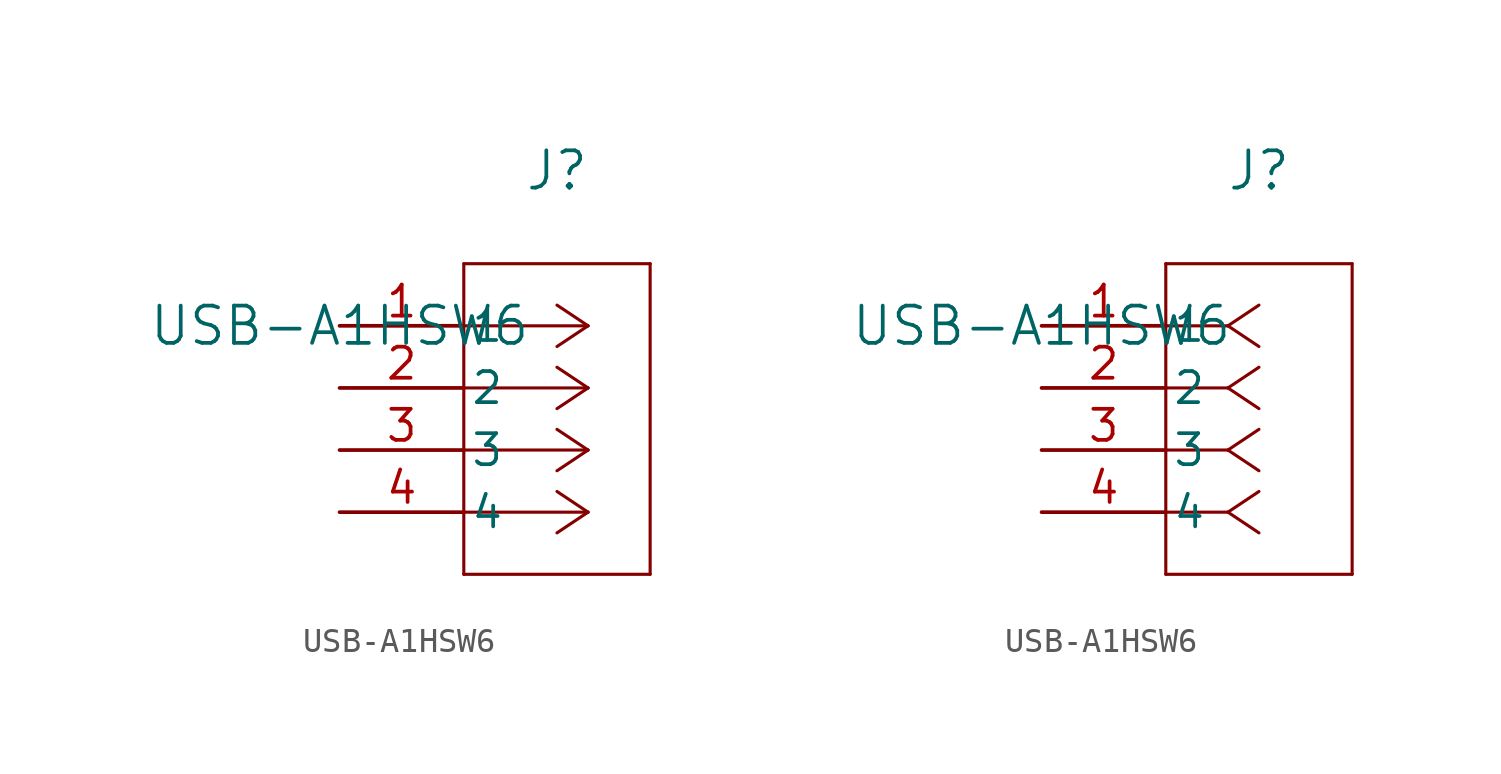
<source format=kicad_sym>
(kicad_symbol_lib
  (version 20211014)
  (generator kicad_symbol_editor)
  (symbol "USB-A1HSW6"
    (pin_names
      (offset 0.254))
    (property "Reference" "J"
      (at 8.89 6.35 0)
      (effects (font (size 1.524 1.524))))
    (property "Value" "USB-A1HSW6"
      (at 0 0 0)
      (effects (font (size 1.524 1.524))))
    (symbol "USB-A1HSW6_1_1"
      (polyline (pts (xy 10.16 0) (xy 5.08 0)) (stroke (width 0.127) (type default) (color 0 0 0 0)) (fill (type none)))
      (polyline (pts (xy 10.16 -2.54) (xy 5.08 -2.54)) (stroke (width 0.127) (type default) (color 0 0 0 0)) (fill (type none)))
      (polyline (pts (xy 10.16 -5.08) (xy 5.08 -5.08)) (stroke (width 0.127) (type default) (color 0 0 0 0)) (fill (type none)))
      (polyline (pts (xy 10.16 -7.62) (xy 5.08 -7.62)) (stroke (width 0.127) (type default) (color 0 0 0 0)) (fill (type none)))
      (polyline (pts (xy 10.16 0) (xy 8.89 0.847)) (stroke (width 0.127) (type default) (color 0 0 0 0)) (fill (type none)))
      (polyline (pts (xy 10.16 -2.54) (xy 8.89 -1.693)) (stroke (width 0.127) (type default) (color 0 0 0 0)) (fill (type none)))
      (polyline (pts (xy 10.16 -5.08) (xy 8.89 -4.233)) (stroke (width 0.127) (type default) (color 0 0 0 0)) (fill (type none)))
      (polyline (pts (xy 10.16 -7.62) (xy 8.89 -6.773)) (stroke (width 0.127) (type default) (color 0 0 0 0)) (fill (type none)))
      (polyline (pts (xy 10.16 0) (xy 8.89 -0.847)) (stroke (width 0.127) (type default) (color 0 0 0 0)) (fill (type none)))
      (polyline (pts (xy 10.16 -2.54) (xy 8.89 -3.387)) (stroke (width 0.127) (type default) (color 0 0 0 0)) (fill (type none)))
      (polyline (pts (xy 10.16 -5.08) (xy 8.89 -5.927)) (stroke (width 0.127) (type default) (color 0 0 0 0)) (fill (type none)))
      (polyline (pts (xy 10.16 -7.62) (xy 8.89 -8.467)) (stroke (width 0.127) (type default) (color 0 0 0 0)) (fill (type none)))
      (polyline (pts (xy 5.08 2.54) (xy 5.08 -10.16)) (stroke (width 0.127) (type default) (color 0 0 0 0)) (fill (type none)))
      (polyline (pts (xy 5.08 -10.16) (xy 12.7 -10.16)) (stroke (width 0.127) (type default) (color 0 0 0 0)) (fill (type none)))
      (polyline (pts (xy 12.7 -10.16) (xy 12.7 2.54)) (stroke (width 0.127) (type default) (color 0 0 0 0)) (fill (type none)))
      (polyline (pts (xy 12.7 2.54) (xy 5.08 2.54)) (stroke (width 0.127) (type default) (color 0 0 0 0)) (fill (type none)))
      (pin unspecified line (at 0 0 0) (length 5.08) (name "1" (effects (font (size 1.27 1.27)))) (number "1" (effects (font (size 1.27 1.27)))))
      (pin unspecified line (at 0 -2.54 0) (length 5.08) (name "2" (effects (font (size 1.27 1.27)))) (number "2" (effects (font (size 1.27 1.27)))))
      (pin unspecified line (at 0 -5.08 0) (length 5.08) (name "3" (effects (font (size 1.27 1.27)))) (number "3" (effects (font (size 1.27 1.27)))))
      (pin unspecified line (at 0 -7.62 0) (length 5.08) (name "4" (effects (font (size 1.27 1.27)))) (number "4" (effects (font (size 1.27 1.27))))))
    (symbol "USB-A1HSW6_1_2"
      (polyline (pts (xy 7.62 0) (xy 5.08 0)) (stroke (width 0.127) (type default) (color 0 0 0 0)) (fill (type none)))
      (polyline (pts (xy 7.62 -2.54) (xy 5.08 -2.54)) (stroke (width 0.127) (type default) (color 0 0 0 0)) (fill (type none)))
      (polyline (pts (xy 7.62 -5.08) (xy 5.08 -5.08)) (stroke (width 0.127) (type default) (color 0 0 0 0)) (fill (type none)))
      (polyline (pts (xy 7.62 -7.62) (xy 5.08 -7.62)) (stroke (width 0.127) (type default) (color 0 0 0 0)) (fill (type none)))
      (polyline (pts (xy 7.62 0) (xy 8.89 0.847)) (stroke (width 0.127) (type default) (color 0 0 0 0)) (fill (type none)))
      (polyline (pts (xy 7.62 -2.54) (xy 8.89 -1.693)) (stroke (width 0.127) (type default) (color 0 0 0 0)) (fill (type none)))
      (polyline (pts (xy 7.62 -5.08) (xy 8.89 -4.233)) (stroke (width 0.127) (type default) (color 0 0 0 0)) (fill (type none)))
      (polyline (pts (xy 7.62 -7.62) (xy 8.89 -6.773)) (stroke (width 0.127) (type default) (color 0 0 0 0)) (fill (type none)))
      (polyline (pts (xy 7.62 0) (xy 8.89 -0.847)) (stroke (width 0.127) (type default) (color 0 0 0 0)) (fill (type none)))
      (polyline (pts (xy 7.62 -2.54) (xy 8.89 -3.387)) (stroke (width 0.127) (type default) (color 0 0 0 0)) (fill (type none)))
      (polyline (pts (xy 7.62 -5.08) (xy 8.89 -5.927)) (stroke (width 0.127) (type default) (color 0 0 0 0)) (fill (type none)))
      (polyline (pts (xy 7.62 -7.62) (xy 8.89 -8.467)) (stroke (width 0.127) (type default) (color 0 0 0 0)) (fill (type none)))
      (polyline (pts (xy 5.08 2.54) (xy 5.08 -10.16)) (stroke (width 0.127) (type default) (color 0 0 0 0)) (fill (type none)))
      (polyline (pts (xy 5.08 -10.16) (xy 12.7 -10.16)) (stroke (width 0.127) (type default) (color 0 0 0 0)) (fill (type none)))
      (polyline (pts (xy 12.7 -10.16) (xy 12.7 2.54)) (stroke (width 0.127) (type default) (color 0 0 0 0)) (fill (type none)))
      (polyline (pts (xy 12.7 2.54) (xy 5.08 2.54)) (stroke (width 0.127) (type default) (color 0 0 0 0)) (fill (type none)))
      (pin unspecified line (at 0 0 0) (length 5.08) (name "1" (effects (font (size 1.27 1.27)))) (number "1" (effects (font (size 1.27 1.27)))))
      (pin unspecified line (at 0 -2.54 0) (length 5.08) (name "2" (effects (font (size 1.27 1.27)))) (number "2" (effects (font (size 1.27 1.27)))))
      (pin unspecified line (at 0 -5.08 0) (length 5.08) (name "3" (effects (font (size 1.27 1.27)))) (number "3" (effects (font (size 1.27 1.27)))))
      (pin unspecified line (at 0 -7.62 0) (length 5.08) (name "4" (effects (font (size 1.27 1.27)))) (number "4" (effects (font (size 1.27 1.27))))))))
</source>
